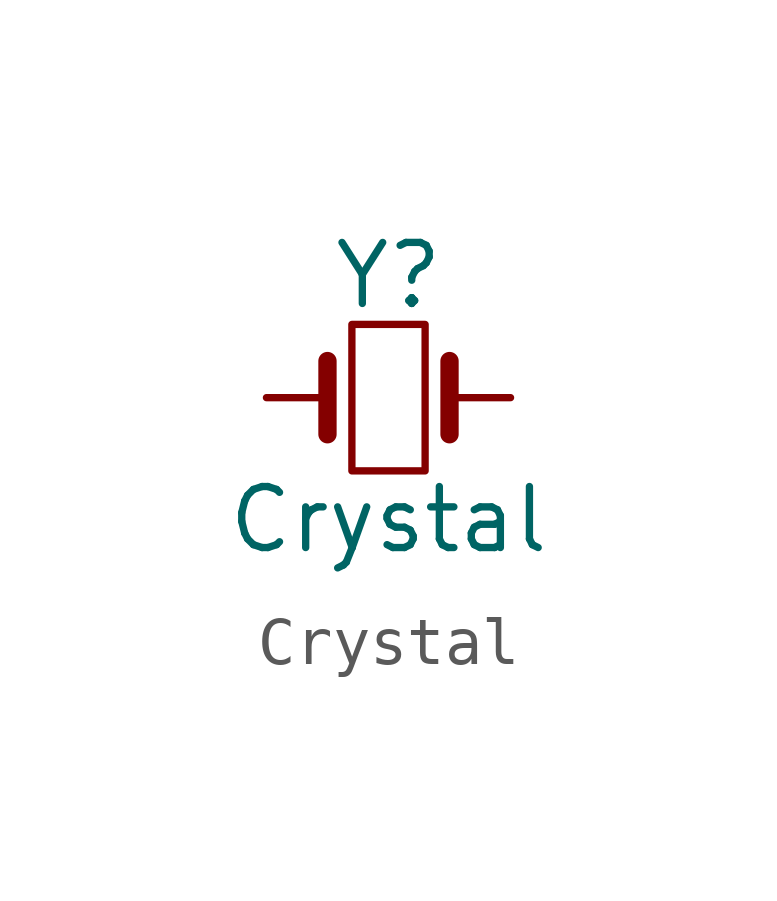
<source format=kicad_sym>
(kicad_symbol_lib
  (version 20231120)
  (generator "kicad_symbol_editor")
  (generator_version "8.0")
  (symbol "Crystal"
    (pin_numbers hide)
    (pin_names
      (offset 1.016) hide)
    (property "Reference" "Y"
      (at 0 2.54 0)
      (effects (font (size 1.27 1.27))))
    (property "Value" "Crystal"
      (at 0 -2.54 0)
      (effects (font (size 1.27 1.27))))
    (symbol "Crystal_0_1"
      (rectangle (start -0.762 -1.524) (end 0.762 1.524) (stroke (width 0) (type default)) (fill (type none)))
      (polyline (pts (xy -1.27 -0.762) (xy -1.27 0.762)) (stroke (width 0.381) (type default)) (fill (type none)))
      (polyline (pts (xy 1.27 -0.762) (xy 1.27 0.762)) (stroke (width 0.381) (type default)) (fill (type none))))
    (symbol "Crystal_1_1"
      (pin passive line (at -2.54 0 0) (length 1.27) (name "1" (effects (font (size 1.27 1.27)))) (number "1" (effects (font (size 1.27 1.27)))))
      (pin passive line (at 2.54 0 180) (length 1.27) (name "2" (effects (font (size 1.27 1.27)))) (number "2" (effects (font (size 1.27 1.27))))))))
</source>
